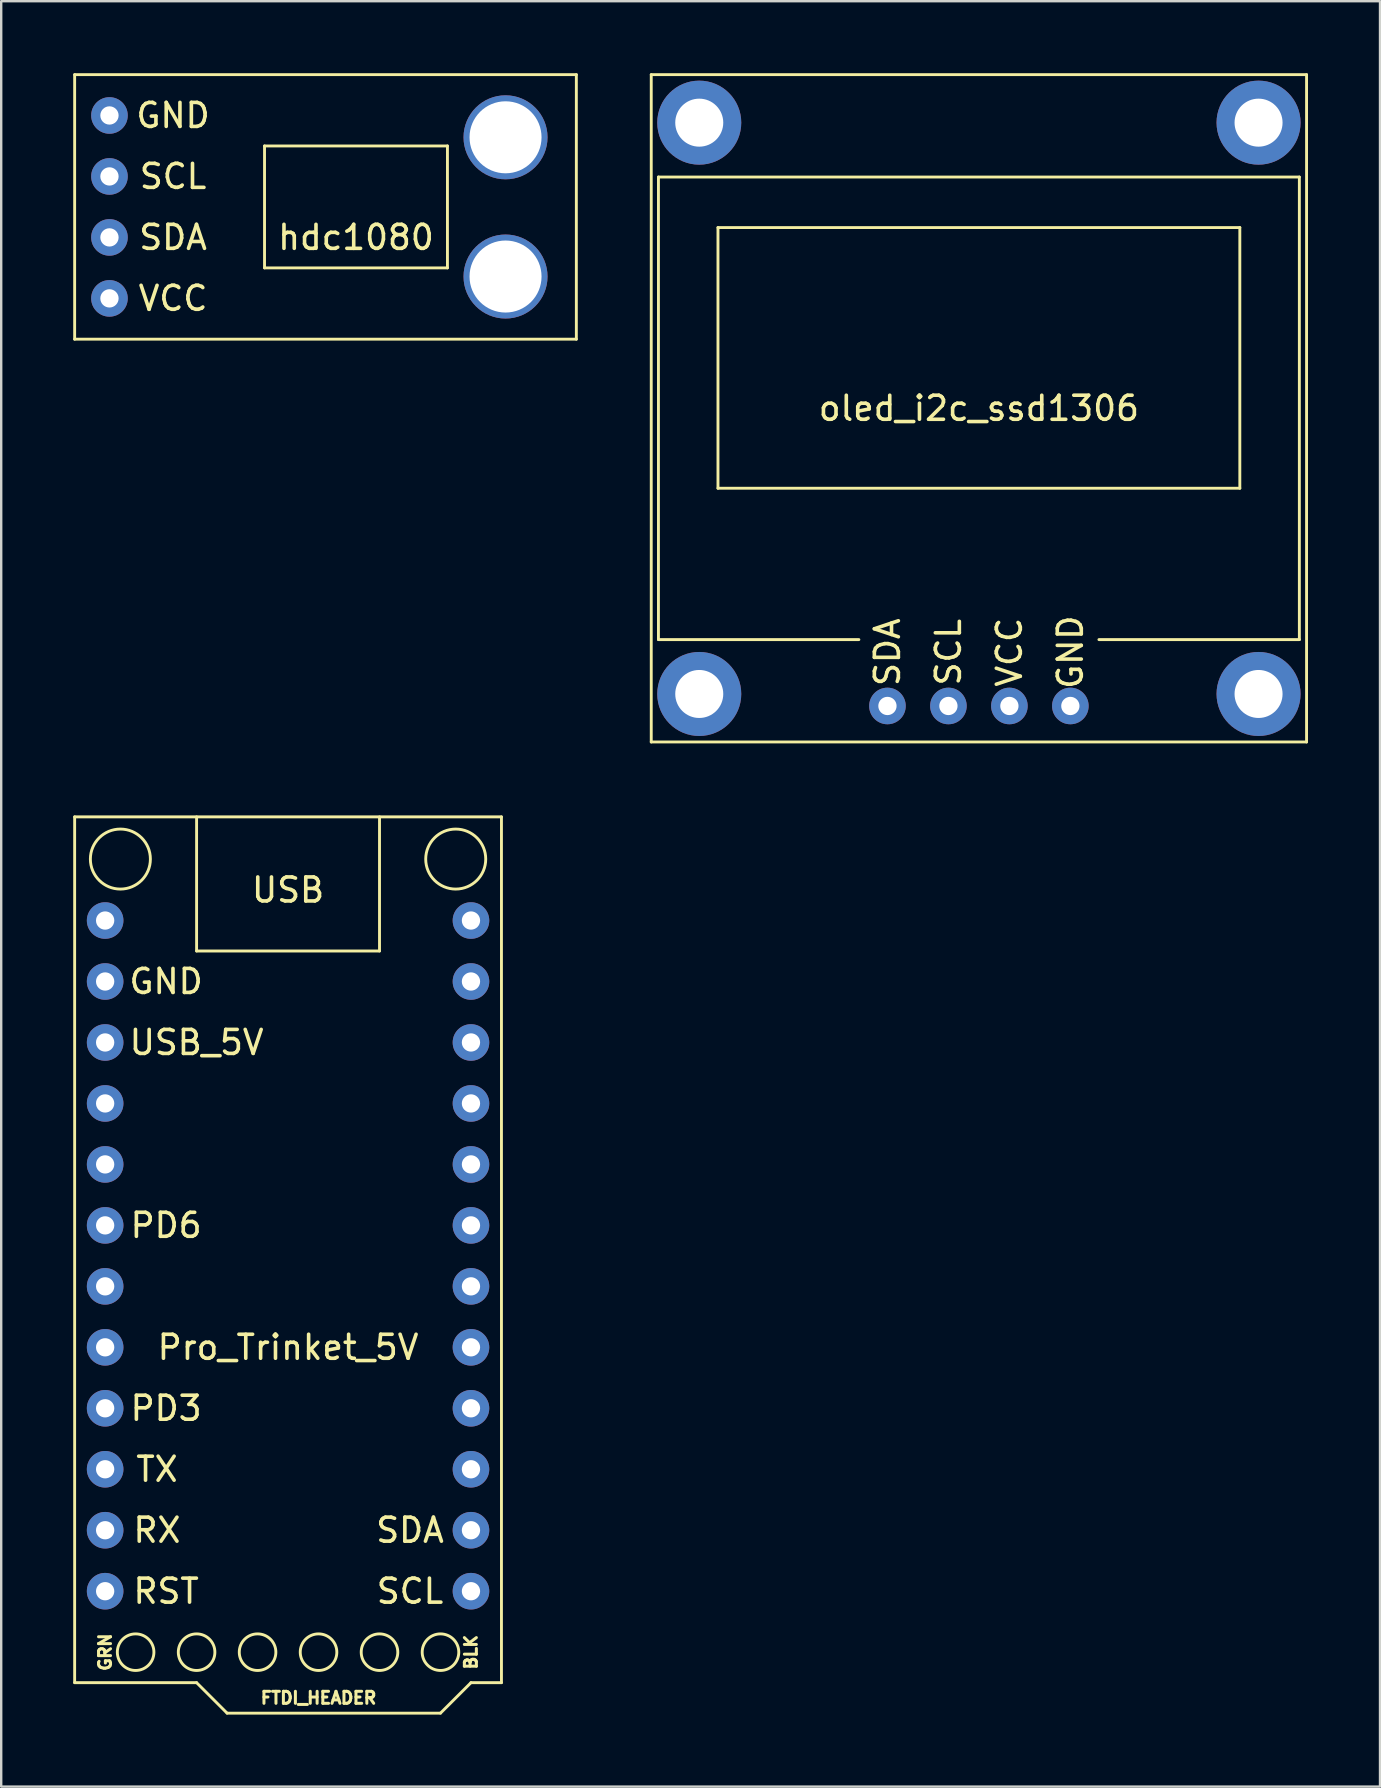
<source format=kicad_pcb>
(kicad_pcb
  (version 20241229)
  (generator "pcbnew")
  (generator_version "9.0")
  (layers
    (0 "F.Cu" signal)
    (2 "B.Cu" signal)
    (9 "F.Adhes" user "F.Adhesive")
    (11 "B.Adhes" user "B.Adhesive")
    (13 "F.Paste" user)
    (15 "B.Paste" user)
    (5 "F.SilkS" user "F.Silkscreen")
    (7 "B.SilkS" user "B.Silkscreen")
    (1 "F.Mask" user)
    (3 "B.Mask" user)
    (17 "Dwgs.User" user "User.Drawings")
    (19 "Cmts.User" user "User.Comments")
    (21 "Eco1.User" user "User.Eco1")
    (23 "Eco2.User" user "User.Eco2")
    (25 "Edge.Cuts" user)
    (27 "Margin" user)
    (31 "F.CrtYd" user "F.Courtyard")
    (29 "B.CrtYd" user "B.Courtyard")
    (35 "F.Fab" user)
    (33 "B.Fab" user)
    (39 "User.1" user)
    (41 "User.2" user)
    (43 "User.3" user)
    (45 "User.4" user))
  (footprint "oled_i2c_ssd1306"
    (layer "F.Cu")
    (at 37.73 13.96)
    (property "Reference" "oled_i2c_ssd1306" (at 0 0 0) (layer "F.SilkS") (effects (font (size 1 1) (thickness 0.15))))
    (attr through_hole)
    (fp_line (start -13.65 -13.9) (end -13.65 13.9) (stroke (width 0.12) (type solid)) (layer "F.SilkS"))
    (fp_line (start -13.65 13.9) (end 13.65 13.9) (stroke (width 0.12) (type solid)) (layer "F.SilkS"))
    (fp_line (start -13.35 -9.635) (end 13.35 -9.635) (stroke (width 0.12) (type solid)) (layer "F.SilkS"))
    (fp_line (start -13.35 9.635) (end -13.35 -9.635) (stroke (width 0.12) (type solid)) (layer "F.SilkS"))
    (fp_line (start -10.87 -7.53) (end 10.87 -7.53) (stroke (width 0.12) (type solid)) (layer "F.SilkS"))
    (fp_line (start -10.87 3.33) (end -10.87 -7.53) (stroke (width 0.12) (type solid)) (layer "F.SilkS"))
    (fp_line (start -5 9.635) (end -13.35 9.635) (stroke (width 0.12) (type solid)) (layer "F.SilkS"))
    (fp_line (start 10.87 -7.53) (end 10.87 3.33) (stroke (width 0.12) (type solid)) (layer "F.SilkS"))
    (fp_line (start 10.87 3.33) (end -10.87 3.33) (stroke (width 0.12) (type solid)) (layer "F.SilkS"))
    (fp_line (start 13.35 -9.635) (end 13.35 9.635) (stroke (width 0.12) (type solid)) (layer "F.SilkS"))
    (fp_line (start 13.35 9.635) (end 5 9.635) (stroke (width 0.12) (type solid)) (layer "F.SilkS"))
    (fp_line (start 13.65 -13.9) (end -13.65 -13.9) (stroke (width 0.12) (type solid)) (layer "F.SilkS"))
    (fp_line (start 13.65 13.9) (end 13.65 -13.9) (stroke (width 0.12) (type solid)) (layer "F.SilkS"))
    (fp_text user "SDA" (at -3.81 10.16 90) (layer "F.SilkS") (effects (font (size 1 1) (thickness 0.15))))
    (fp_text user "SCL" (at -1.27 10.16 90) (layer "F.SilkS") (effects (font (size 1 1) (thickness 0.15))))
    (fp_text user "GND" (at 3.81 10.16 90) (layer "F.SilkS") (effects (font (size 1 1) (thickness 0.15))))
    (fp_text user "VCC" (at 1.27 10.16 90) (layer "F.SilkS") (effects (font (size 1 1) (thickness 0.15))))
    (pad "" thru_hole circle (at -11.65 -11.9) (size 3.5 3.5) (drill 2) (layers "*.Cu" "*.Mask"))
    (pad "" thru_hole circle (at -11.65 11.9) (size 3.5 3.5) (drill 2) (layers "*.Cu" "*.Mask"))
    (pad "" thru_hole circle (at 11.65 -11.9) (size 3.5 3.5) (drill 2) (layers "*.Cu" "*.Mask"))
    (pad "" thru_hole circle (at 11.65 11.9) (size 3.5 3.5) (drill 2) (layers "*.Cu" "*.Mask"))
    (pad "1" thru_hole circle (at 3.81 12.4) (size 1.524 1.524) (drill 0.762) (layers "*.Cu" "*.Mask"))
    (pad "2" thru_hole circle (at 1.27 12.4) (size 1.524 1.524) (drill 0.762) (layers "*.Cu" "*.Mask"))
    (pad "3" thru_hole circle (at -1.27 12.4) (size 1.524 1.524) (drill 0.762) (layers "*.Cu" "*.Mask"))
    (pad "4" thru_hole circle (at -3.81 12.4) (size 1.524 1.524) (drill 0.762) (layers "*.Cu" "*.Mask")))
  (footprint "hdc1080"
    (layer "F.Cu")
    (at 10.51 5.57)
    (property "Reference" "hdc1080" (at 1.27 1.27 0) (layer "F.SilkS") (effects (font (size 1 1) (thickness 0.15))))
    (attr through_hole)
    (fp_line (start -10.45 -5.51) (end -10.45 5.51) (stroke (width 0.12) (type solid)) (layer "F.SilkS"))
    (fp_line (start -10.45 5.51) (end 10.45 5.51) (stroke (width 0.12) (type solid)) (layer "F.SilkS"))
    (fp_line (start -2.54 -2.54) (end -2.54 2.54) (stroke (width 0.12) (type solid)) (layer "F.SilkS"))
    (fp_line (start -2.54 2.54) (end 5.08 2.54) (stroke (width 0.12) (type solid)) (layer "F.SilkS"))
    (fp_line (start 5.08 -2.54) (end -2.54 -2.54) (stroke (width 0.12) (type solid)) (layer "F.SilkS"))
    (fp_line (start 5.08 -2.54) (end 5.08 2.54) (stroke (width 0.12) (type solid)) (layer "F.SilkS"))
    (fp_line (start 10.45 -5.51) (end -10.45 -5.51) (stroke (width 0.12) (type solid)) (layer "F.SilkS"))
    (fp_line (start 10.45 5.51) (end 10.45 -5.51) (stroke (width 0.12) (type solid)) (layer "F.SilkS"))
    (fp_text user "GND" (at -6.35 -3.81 0) (layer "F.SilkS") (effects (font (size 1 1) (thickness 0.15))))
    (fp_text user "VCC" (at -6.35 3.81 0) (layer "F.SilkS") (effects (font (size 1 1) (thickness 0.15))))
    (fp_text user "SCL" (at -6.35 -1.27 0) (layer "F.SilkS") (effects (font (size 1 1) (thickness 0.15))))
    (fp_text user "SDA" (at -6.35 1.27 0) (layer "F.SilkS") (effects (font (size 1 1) (thickness 0.15))))
    (pad "" thru_hole circle (at 7.5 -2.9) (size 3.5 3.5) (drill 3) (layers "*.Cu" "*.Mask"))
    (pad "" thru_hole circle (at 7.5 2.9) (size 3.5 3.5) (drill 3) (layers "*.Cu" "*.Mask"))
    (pad "1" thru_hole circle (at -9 -3.81) (size 1.524 1.524) (drill 0.762) (layers "*.Cu" "*.Mask"))
    (pad "2" thru_hole circle (at -9 -1.27) (size 1.524 1.524) (drill 0.762) (layers "*.Cu" "*.Mask"))
    (pad "3" thru_hole circle (at -9 1.27) (size 1.524 1.524) (drill 0.762) (layers "*.Cu" "*.Mask"))
    (pad "4" thru_hole circle (at -9 3.81) (size 1.524 1.524) (drill 0.762) (layers "*.Cu" "*.Mask")))
  (footprint "Pro_Trinket_5V"
    (layer "F.Cu")
    (at 8.95 49.268)
    (property "Reference" "Pro_Trinket_5V" (at 0 3.81 0) (layer "F.SilkS") (effects (font (size 1 1) (thickness 0.15))))
    (attr through_hole)
    (fp_line (start -8.89 -18.288) (end -8.89 17.78) (stroke (width 0.12) (type solid)) (layer "F.SilkS"))
    (fp_line (start -3.81 -18.288) (end -3.81 -12.7) (stroke (width 0.12) (type solid)) (layer "F.SilkS"))
    (fp_line (start -3.81 -12.7) (end 3.81 -12.7) (stroke (width 0.12) (type solid)) (layer "F.SilkS"))
    (fp_line (start -3.81 17.78) (end -8.89 17.78) (stroke (width 0.12) (type solid)) (layer "F.SilkS"))
    (fp_line (start -2.54 19.05) (end -3.81 17.78) (stroke (width 0.12) (type solid)) (layer "F.SilkS"))
    (fp_line (start 3.81 -12.7) (end 3.81 -18.288) (stroke (width 0.12) (type solid)) (layer "F.SilkS"))
    (fp_line (start 6.35 19.05) (end -2.54 19.05) (stroke (width 0.12) (type solid)) (layer "F.SilkS"))
    (fp_line (start 7.62 17.78) (end 6.35 19.05) (stroke (width 0.12) (type solid)) (layer "F.SilkS"))
    (fp_line (start 8.89 -18.288) (end -8.89 -18.288) (stroke (width 0.12) (type solid)) (layer "F.SilkS"))
    (fp_line (start 8.89 17.78) (end 7.62 17.78) (stroke (width 0.12) (type solid)) (layer "F.SilkS"))
    (fp_line (start 8.89 17.78) (end 8.89 -18.288) (stroke (width 0.12) (type solid)) (layer "F.SilkS"))
    (fp_circle (center -6.985 -16.53) (end -5.735 -16.53) (stroke (width 0.12) (type solid)) (fill no) (layer "F.SilkS"))
    (fp_circle (center -6.35 16.51) (end -5.588 16.51) (stroke (width 0.12) (type solid)) (fill no) (layer "F.SilkS"))
    (fp_circle (center -3.81 16.51) (end -3.048 16.51) (stroke (width 0.12) (type solid)) (fill no) (layer "F.SilkS"))
    (fp_circle (center -1.27 16.51) (end -0.508 16.51) (stroke (width 0.12) (type solid)) (fill no) (layer "F.SilkS"))
    (fp_circle (center 1.27 16.51) (end 2.032 16.51) (stroke (width 0.12) (type solid)) (fill no) (layer "F.SilkS"))
    (fp_circle (center 3.81 16.51) (end 4.572 16.51) (stroke (width 0.12) (type solid)) (fill no) (layer "F.SilkS"))
    (fp_circle (center 6.35 16.51) (end 7.112 16.51) (stroke (width 0.12) (type solid)) (fill no) (layer "F.SilkS"))
    (fp_circle (center 6.985 -16.53) (end 8.235 -16.53) (stroke (width 0.12) (type solid)) (fill no) (layer "F.SilkS"))
    (fp_text user "RST" (at -5.08 13.97 0) (layer "F.SilkS") (effects (font (size 1 1) (thickness 0.15))))
    (fp_text user "USB_5V" (at -3.81 -8.89 0) (layer "F.SilkS") (effects (font (size 1 1) (thickness 0.15))))
    (fp_text user "PD6" (at -5.08 -1.27 0) (layer "F.SilkS") (effects (font (size 1 1) (thickness 0.15))))
    (fp_text user "PD3" (at -5.08 6.35 0) (layer "F.SilkS") (effects (font (size 1 1) (thickness 0.15))))
    (fp_text user "SDA" (at 5.08 11.43 0) (layer "F.SilkS") (effects (font (size 1 1) (thickness 0.15))))
    (fp_text user "SCL" (at 5.08 13.97 0) (layer "F.SilkS") (effects (font (size 1 1) (thickness 0.15))))
    (fp_text user "RX " (at -5.08 11.43 0) (layer "F.SilkS") (effects (font (size 1 1) (thickness 0.15))))
    (fp_text user "USB" (at 0 -15.24 0) (layer "F.SilkS") (effects (font (size 1 1) (thickness 0.15))))
    (fp_text user "FTDI_HEADER" (at 1.27 18.415 0) (layer "F.SilkS") (effects (font (size 0.5 0.5) (thickness 0.125))))
    (fp_text user "GND" (at -5.08 -11.43 0) (layer "F.SilkS") (effects (font (size 1 1) (thickness 0.15))))
    (fp_text user "TX " (at -5.08 8.89 0) (layer "F.SilkS") (effects (font (size 1 1) (thickness 0.15))))
    (fp_text user "BLK" (at 7.62 16.51 90) (layer "F.SilkS") (effects (font (size 0.5 0.5) (thickness 0.125))))
    (fp_text user "GRN" (at -7.62 16.51 90) (layer "F.SilkS") (effects (font (size 0.5 0.5) (thickness 0.125))))
    (pad "1" thru_hole circle (at -7.62 -13.97) (size 1.524 1.524) (drill 0.762) (layers "*.Cu" "*.Mask"))
    (pad "2" thru_hole circle (at -7.62 -11.43) (size 1.524 1.524) (drill 0.762) (layers "*.Cu" "*.Mask"))
    (pad "3" thru_hole circle (at -7.62 -8.89) (size 1.524 1.524) (drill 0.762) (layers "*.Cu" "*.Mask"))
    (pad "4" thru_hole circle (at -7.62 -6.35) (size 1.524 1.524) (drill 0.762) (layers "*.Cu" "*.Mask"))
    (pad "5" thru_hole circle (at -7.62 -3.81) (size 1.524 1.524) (drill 0.762) (layers "*.Cu" "*.Mask"))
    (pad "6" thru_hole circle (at -7.62 -1.27) (size 1.524 1.524) (drill 0.762) (layers "*.Cu" "*.Mask"))
    (pad "7" thru_hole circle (at -7.62 1.27) (size 1.524 1.524) (drill 0.762) (layers "*.Cu" "*.Mask"))
    (pad "8" thru_hole circle (at -7.62 3.81) (size 1.524 1.524) (drill 0.762) (layers "*.Cu" "*.Mask"))
    (pad "9" thru_hole circle (at -7.62 6.35) (size 1.524 1.524) (drill 0.762) (layers "*.Cu" "*.Mask"))
    (pad "10" thru_hole circle (at -7.62 8.89) (size 1.524 1.524) (drill 0.762) (layers "*.Cu" "*.Mask"))
    (pad "11" thru_hole circle (at -7.62 11.43) (size 1.524 1.524) (drill 0.762) (layers "*.Cu" "*.Mask"))
    (pad "12" thru_hole circle (at -7.62 13.97) (size 1.524 1.524) (drill 0.762) (layers "*.Cu" "*.Mask"))
    (pad "13" thru_hole circle (at 7.62 -13.97) (size 1.524 1.524) (drill 0.762) (layers "*.Cu" "*.Mask"))
    (pad "14" thru_hole circle (at 7.62 -11.43) (size 1.524 1.524) (drill 0.762) (layers "*.Cu" "*.Mask"))
    (pad "15" thru_hole circle (at 7.62 -8.89) (size 1.524 1.524) (drill 0.762) (layers "*.Cu" "*.Mask"))
    (pad "16" thru_hole circle (at 7.62 -6.35) (size 1.524 1.524) (drill 0.762) (layers "*.Cu" "*.Mask"))
    (pad "17" thru_hole circle (at 7.62 -3.81) (size 1.524 1.524) (drill 0.762) (layers "*.Cu" "*.Mask"))
    (pad "18" thru_hole circle (at 7.62 -1.27) (size 1.524 1.524) (drill 0.762) (layers "*.Cu" "*.Mask"))
    (pad "19" thru_hole circle (at 7.62 1.27) (size 1.524 1.524) (drill 0.762) (layers "*.Cu" "*.Mask"))
    (pad "20" thru_hole circle (at 7.62 3.81) (size 1.524 1.524) (drill 0.762) (layers "*.Cu" "*.Mask"))
    (pad "21" thru_hole circle (at 7.62 6.35) (size 1.524 1.524) (drill 0.762) (layers "*.Cu" "*.Mask"))
    (pad "22" thru_hole circle (at 7.62 8.89) (size 1.524 1.524) (drill 0.762) (layers "*.Cu" "*.Mask"))
    (pad "23" thru_hole circle (at 7.62 11.43) (size 1.524 1.524) (drill 0.762) (layers "*.Cu" "*.Mask"))
    (pad "24" thru_hole circle (at 7.62 13.97) (size 1.524 1.524) (drill 0.762) (layers "*.Cu" "*.Mask")))
  (gr_rect
    (start -3 -3)
    (end 54.44 71.378)
    (stroke (width 0.1) (type default))
    (fill no)
    (layer "Edge.Cuts")))
</source>
